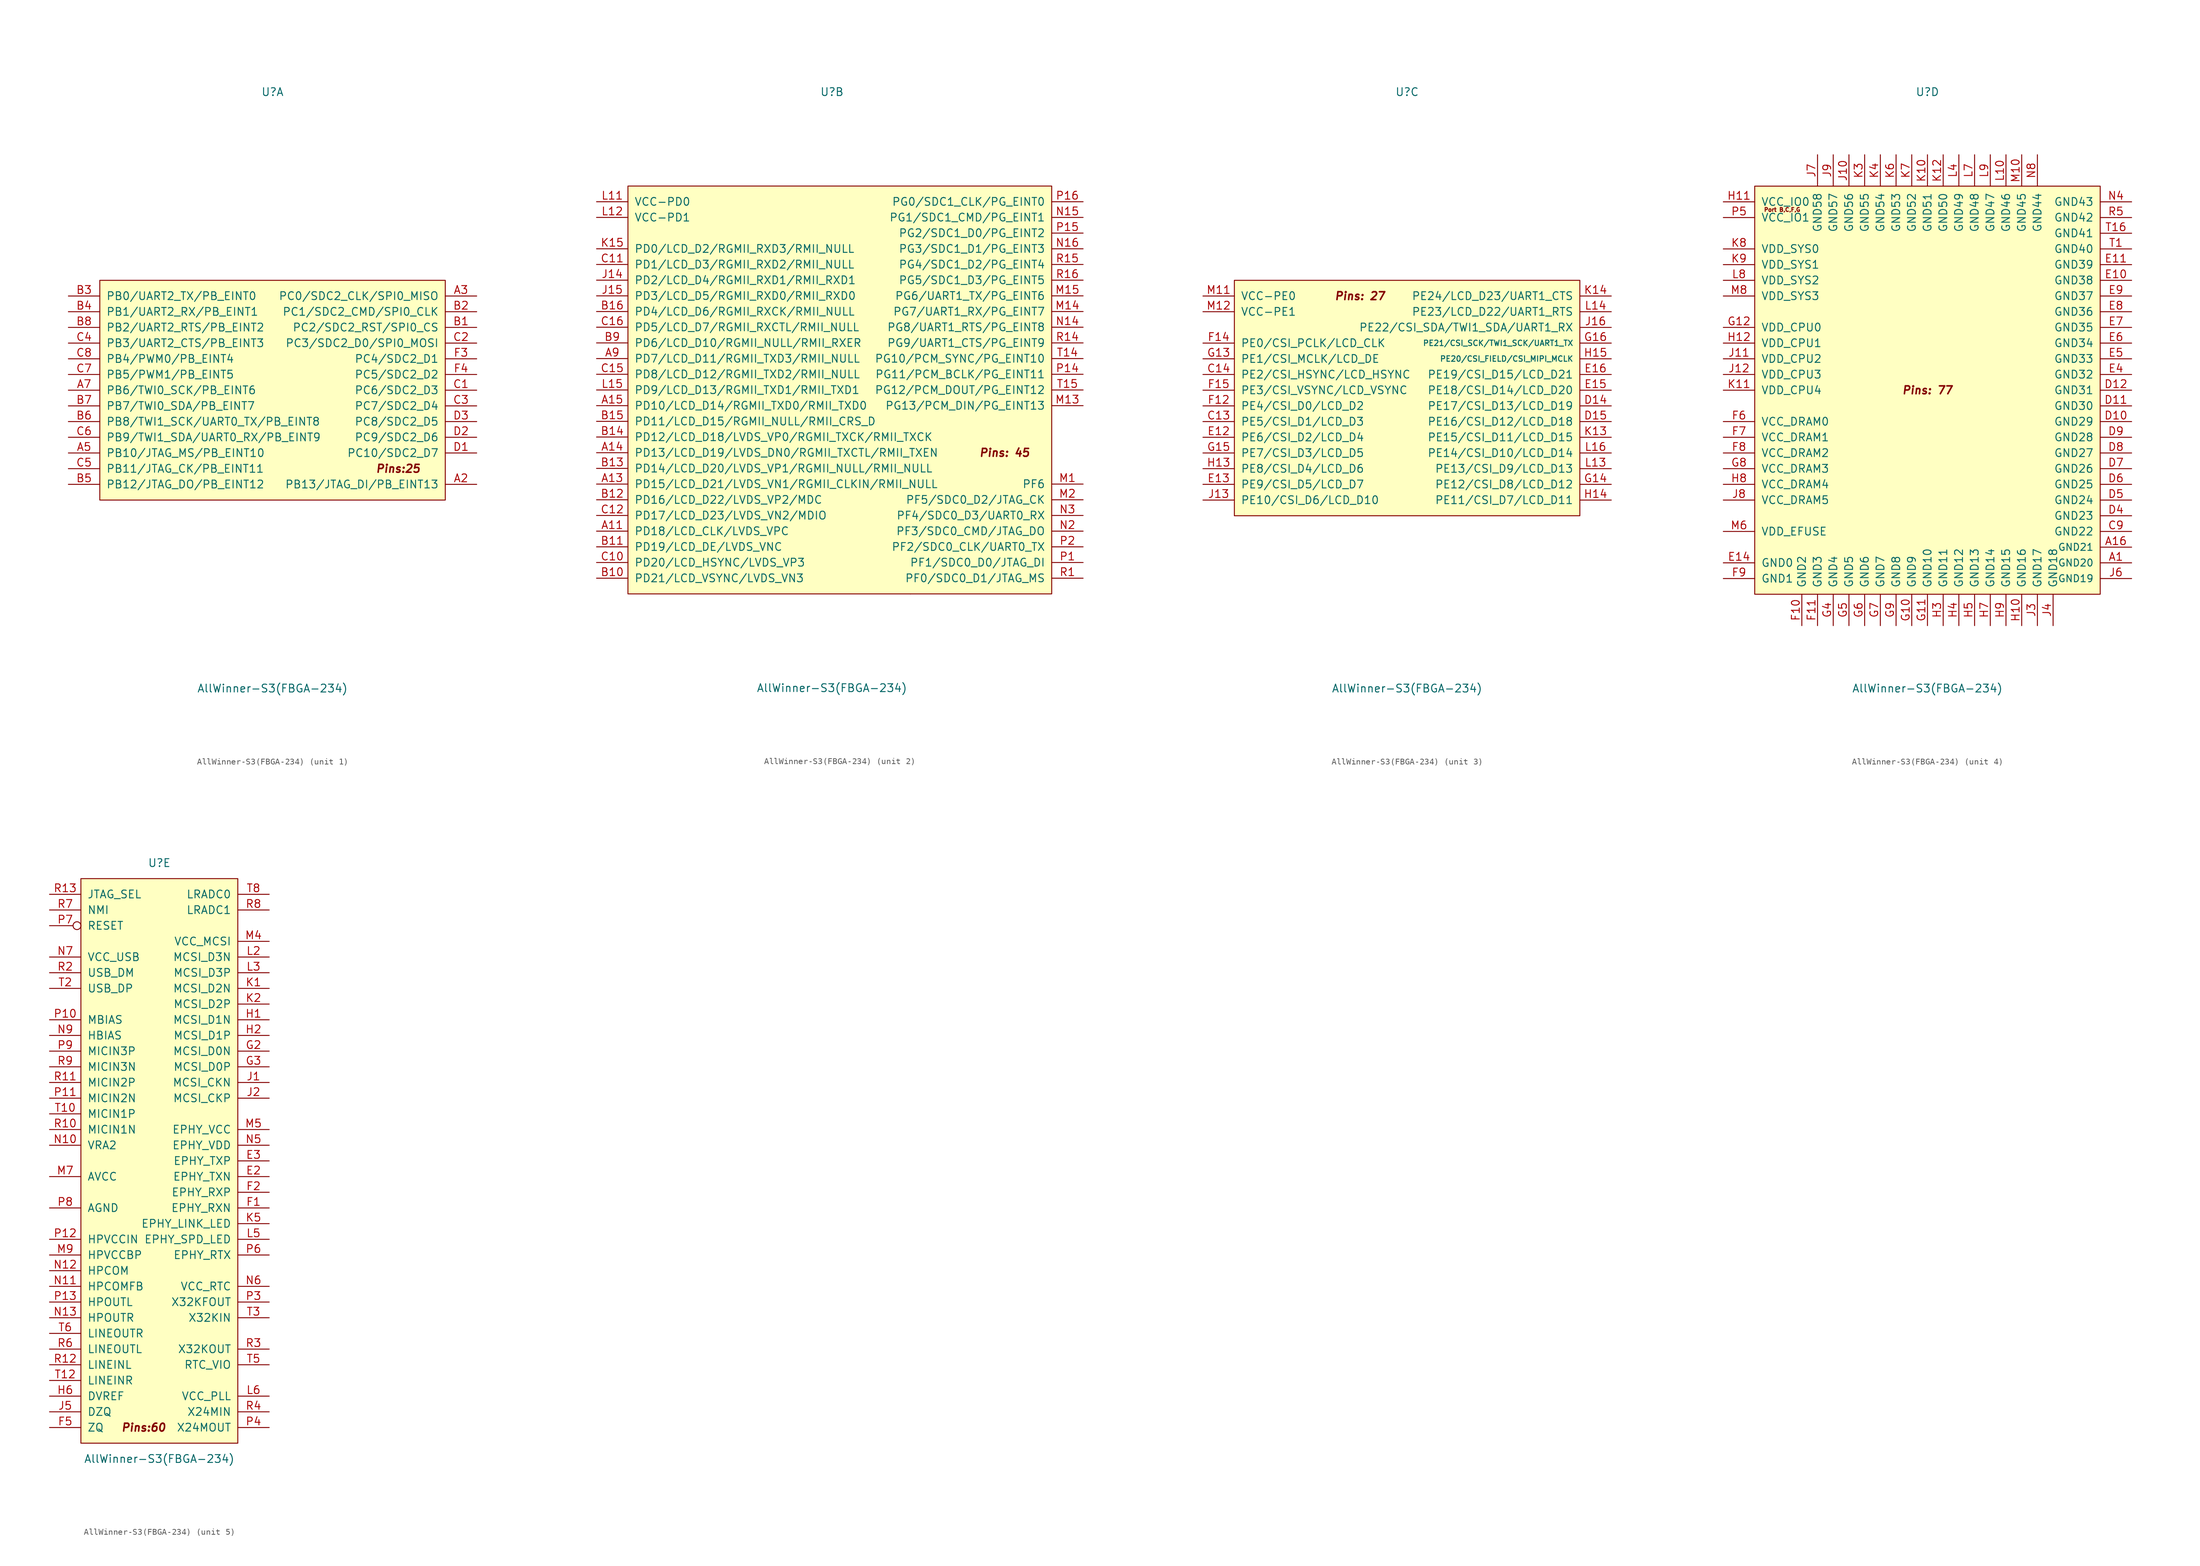
<source format=kicad_sym>
(kicad_symbol_lib
  (version 20231120)
  (generator "kicad_symbol_editor")
  (generator_version "8.0")
  (symbol "AllWinner-S3(FBGA-234)"
    (pin_names
      (offset 1.016))
    (property "Reference" "U"
      (at 0 48.26 0)
      (effects (font (size 1.27 1.27))))
    (property "Value" "AllWinner-S3(FBGA-234)"
      (at 0 -48.26 0)
      (effects (font (size 1.27 1.27))))
    (symbol "AllWinner-S3(FBGA-234)_1_0"
      (rectangle (start 27.94 17.78) (end -27.94 -17.78) (stroke (width 0) (type solid)) (fill (type background)))
      (text "Pins:25" (at 20.32 -12.7 0) (effects (font (size 1.27 1.27) (bold yes) (italic yes)))))
    (symbol "AllWinner-S3(FBGA-234)_1_1"
      (pin bidirectional line (at 33.02 -15.24 180) (length 5.08) (name "PB13/JTAG_DI/PB_EINT13" (effects (font (size 1.27 1.27)))) (number "A2" (effects (font (size 1.27 1.27)))))
      (pin bidirectional line (at 33.02 15.24 180) (length 5.08) (name "PC0/SDC2_CLK/SPI0_MISO" (effects (font (size 1.27 1.27)))) (number "A3" (effects (font (size 1.27 1.27)))))
      (pin bidirectional line (at -33.02 -10.16 0) (length 5.08) (name "PB10/JTAG_MS/PB_EINT10" (effects (font (size 1.27 1.27)))) (number "A5" (effects (font (size 1.27 1.27)))))
      (pin bidirectional line (at -33.02 0 0) (length 5.08) (name "PB6/TWI0_SCK/PB_EINT6" (effects (font (size 1.27 1.27)))) (number "A7" (effects (font (size 1.27 1.27)))))
      (pin bidirectional line (at 33.02 10.16 180) (length 5.08) (name "PC2/SDC2_RST/SPI0_CS" (effects (font (size 1.27 1.27)))) (number "B1" (effects (font (size 1.27 1.27)))))
      (pin bidirectional line (at 33.02 12.7 180) (length 5.08) (name "PC1/SDC2_CMD/SPI0_CLK" (effects (font (size 1.27 1.27)))) (number "B2" (effects (font (size 1.27 1.27)))))
      (pin bidirectional line (at -33.02 15.24 0) (length 5.08) (name "PB0/UART2_TX/PB_EINT0" (effects (font (size 1.27 1.27)))) (number "B3" (effects (font (size 1.27 1.27)))))
      (pin bidirectional line (at -33.02 12.7 0) (length 5.08) (name "PB1/UART2_RX/PB_EINT1" (effects (font (size 1.27 1.27)))) (number "B4" (effects (font (size 1.27 1.27)))))
      (pin bidirectional line (at -33.02 -15.24 0) (length 5.08) (name "PB12/JTAG_DO/PB_EINT12" (effects (font (size 1.27 1.27)))) (number "B5" (effects (font (size 1.27 1.27)))))
      (pin bidirectional line (at -33.02 -5.08 0) (length 5.08) (name "PB8/TWI1_SCK/UART0_TX/PB_EINT8" (effects (font (size 1.27 1.27)))) (number "B6" (effects (font (size 1.27 1.27)))))
      (pin bidirectional line (at -33.02 -2.54 0) (length 5.08) (name "PB7/TWI0_SDA/PB_EINT7" (effects (font (size 1.27 1.27)))) (number "B7" (effects (font (size 1.27 1.27)))))
      (pin bidirectional line (at -33.02 10.16 0) (length 5.08) (name "PB2/UART2_RTS/PB_EINT2" (effects (font (size 1.27 1.27)))) (number "B8" (effects (font (size 1.27 1.27)))))
      (pin bidirectional line (at 33.02 0 180) (length 5.08) (name "PC6/SDC2_D3" (effects (font (size 1.27 1.27)))) (number "C1" (effects (font (size 1.27 1.27)))))
      (pin bidirectional line (at 33.02 7.62 180) (length 5.08) (name "PC3/SDC2_D0/SPI0_MOSI" (effects (font (size 1.27 1.27)))) (number "C2" (effects (font (size 1.27 1.27)))))
      (pin bidirectional line (at 33.02 -2.54 180) (length 5.08) (name "PC7/SDC2_D4" (effects (font (size 1.27 1.27)))) (number "C3" (effects (font (size 1.27 1.27)))))
      (pin bidirectional line (at -33.02 7.62 0) (length 5.08) (name "PB3/UART2_CTS/PB_EINT3" (effects (font (size 1.27 1.27)))) (number "C4" (effects (font (size 1.27 1.27)))))
      (pin bidirectional line (at -33.02 -12.7 0) (length 5.08) (name "PB11/JTAG_CK/PB_EINT11" (effects (font (size 1.27 1.27)))) (number "C5" (effects (font (size 1.27 1.27)))))
      (pin bidirectional line (at -33.02 -7.62 0) (length 5.08) (name "PB9/TWI1_SDA/UART0_RX/PB_EINT9" (effects (font (size 1.27 1.27)))) (number "C6" (effects (font (size 1.27 1.27)))))
      (pin bidirectional line (at -33.02 2.54 0) (length 5.08) (name "PB5/PWM1/PB_EINT5" (effects (font (size 1.27 1.27)))) (number "C7" (effects (font (size 1.27 1.27)))))
      (pin bidirectional line (at -33.02 5.08 0) (length 5.08) (name "PB4/PWM0/PB_EINT4" (effects (font (size 1.27 1.27)))) (number "C8" (effects (font (size 1.27 1.27)))))
      (pin bidirectional line (at 33.02 -10.16 180) (length 5.08) (name "PC10/SDC2_D7" (effects (font (size 1.27 1.27)))) (number "D1" (effects (font (size 1.27 1.27)))))
      (pin bidirectional line (at 33.02 -7.62 180) (length 5.08) (name "PC9/SDC2_D6" (effects (font (size 1.27 1.27)))) (number "D2" (effects (font (size 1.27 1.27)))))
      (pin bidirectional line (at 33.02 -5.08 180) (length 5.08) (name "PC8/SDC2_D5" (effects (font (size 1.27 1.27)))) (number "D3" (effects (font (size 1.27 1.27)))))
      (pin bidirectional line (at 33.02 5.08 180) (length 5.08) (name "PC4/SDC2_D1" (effects (font (size 1.27 1.27)))) (number "F3" (effects (font (size 1.27 1.27)))))
      (pin bidirectional line (at 33.02 2.54 180) (length 5.08) (name "PC5/SDC2_D2" (effects (font (size 1.27 1.27)))) (number "F4" (effects (font (size 1.27 1.27))))))
    (symbol "AllWinner-S3(FBGA-234)_2_0"
      (rectangle (start -33.02 33.02) (end 35.56 -33.02) (stroke (width 0) (type solid)) (fill (type background)))
      (rectangle (start 12.7 -33.02) (end 12.7 -33.02) (stroke (width 0) (type solid)) (fill (type none)))
      (text "Pins: 45" (at 27.94 -10.16 0) (effects (font (size 1.27 1.27) (bold yes) (italic yes)))))
    (symbol "AllWinner-S3(FBGA-234)_2_1"
      (pin bidirectional line (at -38.1 -22.86 0) (length 5.08) (name "PD18/LCD_CLK/LVDS_VPC" (effects (font (size 1.27 1.27)))) (number "A11" (effects (font (size 1.27 1.27)))))
      (pin bidirectional line (at -38.1 -15.24 0) (length 5.08) (name "PD15/LCD_D21/LVDS_VN1/RGMII_CLKIN/RMII_NULL" (effects (font (size 1.27 1.27)))) (number "A13" (effects (font (size 1.27 1.27)))))
      (pin bidirectional line (at -38.1 -10.16 0) (length 5.08) (name "PD13/LCD_D19/LVDS_DN0/RGMII_TXCTL/RMII_TXEN" (effects (font (size 1.27 1.27)))) (number "A14" (effects (font (size 1.27 1.27)))))
      (pin bidirectional line (at -38.1 -2.54 0) (length 5.08) (name "PD10/LCD_D14/RGMII_TXD0/RMII_TXD0" (effects (font (size 1.27 1.27)))) (number "A15" (effects (font (size 1.27 1.27)))))
      (pin bidirectional line (at -38.1 5.08 0) (length 5.08) (name "PD7/LCD_D11/RGMII_TXD3/RMII_NULL" (effects (font (size 1.27 1.27)))) (number "A9" (effects (font (size 1.27 1.27)))))
      (pin bidirectional line (at -38.1 -30.48 0) (length 5.08) (name "PD21/LCD_VSYNC/LVDS_VN3" (effects (font (size 1.27 1.27)))) (number "B10" (effects (font (size 1.27 1.27)))))
      (pin bidirectional line (at -38.1 -25.4 0) (length 5.08) (name "PD19/LCD_DE/LVDS_VNC" (effects (font (size 1.27 1.27)))) (number "B11" (effects (font (size 1.27 1.27)))))
      (pin bidirectional line (at -38.1 -17.78 0) (length 5.08) (name "PD16/LCD_D22/LVDS_VP2/MDC" (effects (font (size 1.27 1.27)))) (number "B12" (effects (font (size 1.27 1.27)))))
      (pin bidirectional line (at -38.1 -12.7 0) (length 5.08) (name "PD14/LCD_D20/LVDS_VP1/RGMII_NULL/RMII_NULL" (effects (font (size 1.27 1.27)))) (number "B13" (effects (font (size 1.27 1.27)))))
      (pin bidirectional line (at -38.1 -7.62 0) (length 5.08) (name "PD12/LCD_D18/LVDS_VP0/RGMII_TXCK/RMII_TXCK" (effects (font (size 1.27 1.27)))) (number "B14" (effects (font (size 1.27 1.27)))))
      (pin bidirectional line (at -38.1 -5.08 0) (length 5.08) (name "PD11/LCD_D15/RGMII_NULL/RMII_CRS_D" (effects (font (size 1.27 1.27)))) (number "B15" (effects (font (size 1.27 1.27)))))
      (pin bidirectional line (at -38.1 12.7 0) (length 5.08) (name "PD4/LCD_D6/RGMII_RXCK/RMII_NULL" (effects (font (size 1.27 1.27)))) (number "B16" (effects (font (size 1.27 1.27)))))
      (pin bidirectional line (at -38.1 7.62 0) (length 5.08) (name "PD6/LCD_D10/RGMII_NULL/RMII_RXER" (effects (font (size 1.27 1.27)))) (number "B9" (effects (font (size 1.27 1.27)))))
      (pin bidirectional line (at -38.1 -27.94 0) (length 5.08) (name "PD20/LCD_HSYNC/LVDS_VP3" (effects (font (size 1.27 1.27)))) (number "C10" (effects (font (size 1.27 1.27)))))
      (pin bidirectional line (at -38.1 20.32 0) (length 5.08) (name "PD1/LCD_D3/RGMII_RXD2/RMII_NULL" (effects (font (size 1.27 1.27)))) (number "C11" (effects (font (size 1.27 1.27)))))
      (pin bidirectional line (at -38.1 -20.32 0) (length 5.08) (name "PD17/LCD_D23/LVDS_VN2/MDIO" (effects (font (size 1.27 1.27)))) (number "C12" (effects (font (size 1.27 1.27)))))
      (pin bidirectional line (at -38.1 2.54 0) (length 5.08) (name "PD8/LCD_D12/RGMII_TXD2/RMII_NULL" (effects (font (size 1.27 1.27)))) (number "C15" (effects (font (size 1.27 1.27)))))
      (pin bidirectional line (at -38.1 10.16 0) (length 5.08) (name "PD5/LCD_D7/RGMII_RXCTL/RMII_NULL" (effects (font (size 1.27 1.27)))) (number "C16" (effects (font (size 1.27 1.27)))))
      (pin bidirectional line (at -38.1 17.78 0) (length 5.08) (name "PD2/LCD_D4/RGMII_RXD1/RMII_RXD1" (effects (font (size 1.27 1.27)))) (number "J14" (effects (font (size 1.27 1.27)))))
      (pin bidirectional line (at -38.1 15.24 0) (length 5.08) (name "PD3/LCD_D5/RGMII_RXD0/RMII_RXD0" (effects (font (size 1.27 1.27)))) (number "J15" (effects (font (size 1.27 1.27)))))
      (pin bidirectional line (at -38.1 22.86 0) (length 5.08) (name "PD0/LCD_D2/RGMII_RXD3/RMII_NULL" (effects (font (size 1.27 1.27)))) (number "K15" (effects (font (size 1.27 1.27)))))
      (pin power_in line (at -38.1 30.48 0) (length 5.08) (name "VCC-PD0" (effects (font (size 1.27 1.27)))) (number "L11" (effects (font (size 1.27 1.27)))))
      (pin power_in line (at -38.1 27.94 0) (length 5.08) (name "VCC-PD1" (effects (font (size 1.27 1.27)))) (number "L12" (effects (font (size 1.27 1.27)))))
      (pin bidirectional line (at -38.1 0 0) (length 5.08) (name "PD9/LCD_D13/RGMII_TXD1/RMII_TXD1" (effects (font (size 1.27 1.27)))) (number "L15" (effects (font (size 1.27 1.27)))))
      (pin bidirectional line (at 40.64 -15.24 180) (length 5.08) (name "PF6" (effects (font (size 1.27 1.27)))) (number "M1" (effects (font (size 1.27 1.27)))))
      (pin bidirectional line (at 40.64 -2.54 180) (length 5.08) (name "PG13/PCM_DIN/PG_EINT13" (effects (font (size 1.27 1.27)))) (number "M13" (effects (font (size 1.27 1.27)))))
      (pin bidirectional line (at 40.64 12.7 180) (length 5.08) (name "PG7/UART1_RX/PG_EINT7" (effects (font (size 1.27 1.27)))) (number "M14" (effects (font (size 1.27 1.27)))))
      (pin bidirectional line (at 40.64 15.24 180) (length 5.08) (name "PG6/UART1_TX/PG_EINT6" (effects (font (size 1.27 1.27)))) (number "M15" (effects (font (size 1.27 1.27)))))
      (pin bidirectional line (at 40.64 -17.78 180) (length 5.08) (name "PF5/SDC0_D2/JTAG_CK" (effects (font (size 1.27 1.27)))) (number "M2" (effects (font (size 1.27 1.27)))))
      (pin bidirectional line (at 40.64 10.16 180) (length 5.08) (name "PG8/UART1_RTS/PG_EINT8" (effects (font (size 1.27 1.27)))) (number "N14" (effects (font (size 1.27 1.27)))))
      (pin bidirectional line (at 40.64 27.94 180) (length 5.08) (name "PG1/SDC1_CMD/PG_EINT1" (effects (font (size 1.27 1.27)))) (number "N15" (effects (font (size 1.27 1.27)))))
      (pin bidirectional line (at 40.64 22.86 180) (length 5.08) (name "PG3/SDC1_D1/PG_EINT3" (effects (font (size 1.27 1.27)))) (number "N16" (effects (font (size 1.27 1.27)))))
      (pin bidirectional line (at 40.64 -22.86 180) (length 5.08) (name "PF3/SDC0_CMD/JTAG_DO" (effects (font (size 1.27 1.27)))) (number "N2" (effects (font (size 1.27 1.27)))))
      (pin bidirectional line (at 40.64 -20.32 180) (length 5.08) (name "PF4/SDC0_D3/UART0_RX" (effects (font (size 1.27 1.27)))) (number "N3" (effects (font (size 1.27 1.27)))))
      (pin bidirectional line (at 40.64 -27.94 180) (length 5.08) (name "PF1/SDC0_D0/JTAG_DI" (effects (font (size 1.27 1.27)))) (number "P1" (effects (font (size 1.27 1.27)))))
      (pin bidirectional line (at 40.64 2.54 180) (length 5.08) (name "PG11/PCM_BCLK/PG_EINT11" (effects (font (size 1.27 1.27)))) (number "P14" (effects (font (size 1.27 1.27)))))
      (pin bidirectional line (at 40.64 25.4 180) (length 5.08) (name "PG2/SDC1_D0/PG_EINT2" (effects (font (size 1.27 1.27)))) (number "P15" (effects (font (size 1.27 1.27)))))
      (pin bidirectional line (at 40.64 30.48 180) (length 5.08) (name "PG0/SDC1_CLK/PG_EINT0" (effects (font (size 1.27 1.27)))) (number "P16" (effects (font (size 1.27 1.27)))))
      (pin bidirectional line (at 40.64 -25.4 180) (length 5.08) (name "PF2/SDC0_CLK/UART0_TX" (effects (font (size 1.27 1.27)))) (number "P2" (effects (font (size 1.27 1.27)))))
      (pin bidirectional line (at 40.64 -30.48 180) (length 5.08) (name "PF0/SDC0_D1/JTAG_MS" (effects (font (size 1.27 1.27)))) (number "R1" (effects (font (size 1.27 1.27)))))
      (pin bidirectional line (at 40.64 7.62 180) (length 5.08) (name "PG9/UART1_CTS/PG_EINT9" (effects (font (size 1.27 1.27)))) (number "R14" (effects (font (size 1.27 1.27)))))
      (pin bidirectional line (at 40.64 20.32 180) (length 5.08) (name "PG4/SDC1_D2/PG_EINT4" (effects (font (size 1.27 1.27)))) (number "R15" (effects (font (size 1.27 1.27)))))
      (pin bidirectional line (at 40.64 17.78 180) (length 5.08) (name "PG5/SDC1_D3/PG_EINT5" (effects (font (size 1.27 1.27)))) (number "R16" (effects (font (size 1.27 1.27)))))
      (pin bidirectional line (at 40.64 5.08 180) (length 5.08) (name "PG10/PCM_SYNC/PG_EINT10" (effects (font (size 1.27 1.27)))) (number "T14" (effects (font (size 1.27 1.27)))))
      (pin bidirectional line (at 40.64 0 180) (length 5.08) (name "PG12/PCM_DOUT/PG_EINT12" (effects (font (size 1.27 1.27)))) (number "T15" (effects (font (size 1.27 1.27))))))
    (symbol "AllWinner-S3(FBGA-234)_3_0"
      (rectangle (start -27.94 17.78) (end 27.94 -20.32) (stroke (width 0) (type solid)) (fill (type background)))
      (text "Pins: 27" (at -7.62 15.24 0) (effects (font (size 1.27 1.27) (bold yes) (italic yes)))))
    (symbol "AllWinner-S3(FBGA-234)_3_1"
      (pin bidirectional line (at -33.02 -5.08 0) (length 5.08) (name "PE5/CSI_D1/LCD_D3" (effects (font (size 1.27 1.27)))) (number "C13" (effects (font (size 1.27 1.27)))))
      (pin bidirectional line (at -33.02 2.54 0) (length 5.08) (name "PE2/CSI_HSYNC/LCD_HSYNC" (effects (font (size 1.27 1.27)))) (number "C14" (effects (font (size 1.27 1.27)))))
      (pin bidirectional line (at 33.02 -2.54 180) (length 5.08) (name "PE17/CSI_D13/LCD_D19" (effects (font (size 1.27 1.27)))) (number "D14" (effects (font (size 1.27 1.27)))))
      (pin bidirectional line (at 33.02 -5.08 180) (length 5.08) (name "PE16/CSI_D12/LCD_D18" (effects (font (size 1.27 1.27)))) (number "D15" (effects (font (size 1.27 1.27)))))
      (pin bidirectional line (at -33.02 -7.62 0) (length 5.08) (name "PE6/CSI_D2/LCD_D4" (effects (font (size 1.27 1.27)))) (number "E12" (effects (font (size 1.27 1.27)))))
      (pin bidirectional line (at -33.02 -15.24 0) (length 5.08) (name "PE9/CSI_D5/LCD_D7" (effects (font (size 1.27 1.27)))) (number "E13" (effects (font (size 1.27 1.27)))))
      (pin bidirectional line (at 33.02 0 180) (length 5.08) (name "PE18/CSI_D14/LCD_D20" (effects (font (size 1.27 1.27)))) (number "E15" (effects (font (size 1.27 1.27)))))
      (pin bidirectional line (at 33.02 2.54 180) (length 5.08) (name "PE19/CSI_D15/LCD_D21" (effects (font (size 1.27 1.27)))) (number "E16" (effects (font (size 1.27 1.27)))))
      (pin bidirectional line (at -33.02 -2.54 0) (length 5.08) (name "PE4/CSI_D0/LCD_D2" (effects (font (size 1.27 1.27)))) (number "F12" (effects (font (size 1.27 1.27)))))
      (pin bidirectional line (at -33.02 7.62 0) (length 5.08) (name "PE0/CSI_PCLK/LCD_CLK" (effects (font (size 1.27 1.27)))) (number "F14" (effects (font (size 1.27 1.27)))))
      (pin bidirectional line (at -33.02 0 0) (length 5.08) (name "PE3/CSI_VSYNC/LCD_VSYNC" (effects (font (size 1.27 1.27)))) (number "F15" (effects (font (size 1.27 1.27)))))
      (pin bidirectional line (at -33.02 5.08 0) (length 5.08) (name "PE1/CSI_MCLK/LCD_DE" (effects (font (size 1.27 1.27)))) (number "G13" (effects (font (size 1.27 1.27)))))
      (pin bidirectional line (at 33.02 -15.24 180) (length 5.08) (name "PE12/CSI_D8/LCD_D12" (effects (font (size 1.27 1.27)))) (number "G14" (effects (font (size 1.27 1.27)))))
      (pin bidirectional line (at -33.02 -10.16 0) (length 5.08) (name "PE7/CSI_D3/LCD_D5" (effects (font (size 1.27 1.27)))) (number "G15" (effects (font (size 1.27 1.27)))))
      (pin bidirectional line (at 33.02 7.62 180) (length 5.08) (name "PE21/CSI_SCK/TWI1_SCK/UART1_TX" (effects (font (size 0.889 0.889)))) (number "G16" (effects (font (size 1.27 1.27)))))
      (pin bidirectional line (at -33.02 -12.7 0) (length 5.08) (name "PE8/CSI_D4/LCD_D6" (effects (font (size 1.27 1.27)))) (number "H13" (effects (font (size 1.27 1.27)))))
      (pin bidirectional line (at 33.02 -17.78 180) (length 5.08) (name "PE11/CSI_D7/LCD_D11" (effects (font (size 1.27 1.27)))) (number "H14" (effects (font (size 1.27 1.27)))))
      (pin bidirectional line (at 33.02 5.08 180) (length 5.08) (name "PE20/CSI_FIELD/CSI_MIPI_MCLK" (effects (font (size 0.889 0.889)))) (number "H15" (effects (font (size 1.27 1.27)))))
      (pin bidirectional line (at -33.02 -17.78 0) (length 5.08) (name "PE10/CSI_D6/LCD_D10" (effects (font (size 1.27 1.27)))) (number "J13" (effects (font (size 1.27 1.27)))))
      (pin bidirectional line (at 33.02 10.16 180) (length 5.08) (name "PE22/CSI_SDA/TWI1_SDA/UART1_RX" (effects (font (size 1.27 1.27)))) (number "J16" (effects (font (size 1.27 1.27)))))
      (pin bidirectional line (at 33.02 -7.62 180) (length 5.08) (name "PE15/CSI_D11/LCD_D15" (effects (font (size 1.27 1.27)))) (number "K13" (effects (font (size 1.27 1.27)))))
      (pin bidirectional line (at 33.02 15.24 180) (length 5.08) (name "PE24/LCD_D23/UART1_CTS" (effects (font (size 1.27 1.27)))) (number "K14" (effects (font (size 1.27 1.27)))))
      (pin bidirectional line (at 33.02 -12.7 180) (length 5.08) (name "PE13/CSI_D9/LCD_D13" (effects (font (size 1.27 1.27)))) (number "L13" (effects (font (size 1.27 1.27)))))
      (pin bidirectional line (at 33.02 12.7 180) (length 5.08) (name "PE23/LCD_D22/UART1_RTS" (effects (font (size 1.27 1.27)))) (number "L14" (effects (font (size 1.27 1.27)))))
      (pin bidirectional line (at 33.02 -10.16 180) (length 5.08) (name "PE14/CSI_D10/LCD_D14" (effects (font (size 1.27 1.27)))) (number "L16" (effects (font (size 1.27 1.27)))))
      (pin power_in line (at -33.02 15.24 0) (length 5.08) (name "VCC-PE0" (effects (font (size 1.27 1.27)))) (number "M11" (effects (font (size 1.27 1.27)))))
      (pin power_in line (at -33.02 12.7 0) (length 5.08) (name "VCC-PE1" (effects (font (size 1.27 1.27)))) (number "M12" (effects (font (size 1.27 1.27))))))
    (symbol "AllWinner-S3(FBGA-234)_4_0"
      (rectangle (start -27.94 33.02) (end 27.94 -33.02) (stroke (width 0) (type solid)) (fill (type background)))
      (text "Pins: 77" (at 0 0 0) (effects (font (size 1.27 1.27) (bold yes) (italic yes))))
      (text "Port B,C,F,G" (at -23.495 29.21 0) (effects (font (size 0.635 0.635)))))
    (symbol "AllWinner-S3(FBGA-234)_4_1"
      (pin power_in line (at 33.02 -27.94 180) (length 5.08) (name "GND20" (effects (font (size 1.143 1.143)))) (number "A1" (effects (font (size 1.27 1.27)))))
      (pin power_in line (at 33.02 -25.4 180) (length 5.08) (name "GND21" (effects (font (size 1.143 1.143)))) (number "A16" (effects (font (size 1.27 1.27)))))
      (pin power_in line (at 33.02 -22.86 180) (length 5.08) (name "GND22" (effects (font (size 1.27 1.27)))) (number "C9" (effects (font (size 1.27 1.27)))))
      (pin power_in line (at 33.02 -5.08 180) (length 5.08) (name "GND29" (effects (font (size 1.27 1.27)))) (number "D10" (effects (font (size 1.27 1.27)))))
      (pin power_in line (at 33.02 -2.54 180) (length 5.08) (name "GND30" (effects (font (size 1.27 1.27)))) (number "D11" (effects (font (size 1.27 1.27)))))
      (pin power_in line (at 33.02 0 180) (length 5.08) (name "GND31" (effects (font (size 1.27 1.27)))) (number "D12" (effects (font (size 1.27 1.27)))))
      (pin power_in line (at 33.02 -20.32 180) (length 5.08) (name "GND23" (effects (font (size 1.27 1.27)))) (number "D4" (effects (font (size 1.27 1.27)))))
      (pin power_in line (at 33.02 -17.78 180) (length 5.08) (name "GND24" (effects (font (size 1.27 1.27)))) (number "D5" (effects (font (size 1.27 1.27)))))
      (pin power_in line (at 33.02 -15.24 180) (length 5.08) (name "GND25" (effects (font (size 1.27 1.27)))) (number "D6" (effects (font (size 1.27 1.27)))))
      (pin power_in line (at 33.02 -12.7 180) (length 5.08) (name "GND26" (effects (font (size 1.27 1.27)))) (number "D7" (effects (font (size 1.27 1.27)))))
      (pin power_in line (at 33.02 -10.16 180) (length 5.08) (name "GND27" (effects (font (size 1.27 1.27)))) (number "D8" (effects (font (size 1.27 1.27)))))
      (pin power_in line (at 33.02 -7.62 180) (length 5.08) (name "GND28" (effects (font (size 1.27 1.27)))) (number "D9" (effects (font (size 1.27 1.27)))))
      (pin power_in line (at 33.02 17.78 180) (length 5.08) (name "GND38" (effects (font (size 1.27 1.27)))) (number "E10" (effects (font (size 1.27 1.27)))))
      (pin power_in line (at 33.02 20.32 180) (length 5.08) (name "GND39" (effects (font (size 1.27 1.27)))) (number "E11" (effects (font (size 1.27 1.27)))))
      (pin power_in line (at -33.02 -27.94 0) (length 5.08) (name "GND0" (effects (font (size 1.27 1.27)))) (number "E14" (effects (font (size 1.27 1.27)))))
      (pin power_in line (at 33.02 2.54 180) (length 5.08) (name "GND32" (effects (font (size 1.27 1.27)))) (number "E4" (effects (font (size 1.27 1.27)))))
      (pin bidirectional line (at 33.02 5.08 180) (length 5.08) (name "GND33" (effects (font (size 1.27 1.27)))) (number "E5" (effects (font (size 1.27 1.27)))))
      (pin bidirectional line (at 33.02 7.62 180) (length 5.08) (name "GND34" (effects (font (size 1.27 1.27)))) (number "E6" (effects (font (size 1.27 1.27)))))
      (pin power_in line (at 33.02 10.16 180) (length 5.08) (name "GND35" (effects (font (size 1.27 1.27)))) (number "E7" (effects (font (size 1.27 1.27)))))
      (pin power_in line (at 33.02 12.7 180) (length 5.08) (name "GND36" (effects (font (size 1.27 1.27)))) (number "E8" (effects (font (size 1.27 1.27)))))
      (pin power_in line (at 33.02 15.24 180) (length 5.08) (name "GND37" (effects (font (size 1.27 1.27)))) (number "E9" (effects (font (size 1.27 1.27)))))
      (pin power_in line (at -20.32 -38.1 90) (length 5.08) (name "GND2" (effects (font (size 1.27 1.27)))) (number "F10" (effects (font (size 1.27 1.27)))))
      (pin power_in line (at -17.78 -38.1 90) (length 5.08) (name "GND3" (effects (font (size 1.27 1.27)))) (number "F11" (effects (font (size 1.27 1.27)))))
      (pin power_in line (at -33.02 -5.08 0) (length 5.08) (name "VCC_DRAM0" (effects (font (size 1.27 1.27)))) (number "F6" (effects (font (size 1.27 1.27)))))
      (pin power_in line (at -33.02 -7.62 0) (length 5.08) (name "VCC_DRAM1" (effects (font (size 1.27 1.27)))) (number "F7" (effects (font (size 1.27 1.27)))))
      (pin power_in line (at -33.02 -10.16 0) (length 5.08) (name "VCC_DRAM2" (effects (font (size 1.27 1.27)))) (number "F8" (effects (font (size 1.27 1.27)))))
      (pin power_in line (at -33.02 -30.48 0) (length 5.08) (name "GND1" (effects (font (size 1.27 1.27)))) (number "F9" (effects (font (size 1.27 1.27)))))
      (pin power_in line (at -2.54 -38.1 90) (length 5.08) (name "GND9" (effects (font (size 1.27 1.27)))) (number "G10" (effects (font (size 1.27 1.27)))))
      (pin power_in line (at 0 -38.1 90) (length 5.08) (name "GND10" (effects (font (size 1.27 1.27)))) (number "G11" (effects (font (size 1.27 1.27)))))
      (pin power_in line (at -33.02 10.16 0) (length 5.08) (name "VDD_CPU0" (effects (font (size 1.27 1.27)))) (number "G12" (effects (font (size 1.27 1.27)))))
      (pin power_in line (at -15.24 -38.1 90) (length 5.08) (name "GND4" (effects (font (size 1.27 1.27)))) (number "G4" (effects (font (size 1.27 1.27)))))
      (pin power_in line (at -12.7 -38.1 90) (length 5.08) (name "GND5" (effects (font (size 1.27 1.27)))) (number "G5" (effects (font (size 1.27 1.27)))))
      (pin power_in line (at -10.16 -38.1 90) (length 5.08) (name "GND6" (effects (font (size 1.27 1.27)))) (number "G6" (effects (font (size 1.27 1.27)))))
      (pin power_in line (at -7.62 -38.1 90) (length 5.08) (name "GND7" (effects (font (size 1.27 1.27)))) (number "G7" (effects (font (size 1.27 1.27)))))
      (pin power_in line (at -33.02 -12.7 0) (length 5.08) (name "VCC_DRAM3" (effects (font (size 1.27 1.27)))) (number "G8" (effects (font (size 1.27 1.27)))))
      (pin power_in line (at -5.08 -38.1 90) (length 5.08) (name "GND8" (effects (font (size 1.27 1.27)))) (number "G9" (effects (font (size 1.27 1.27)))))
      (pin power_in line (at 15.24 -38.1 90) (length 5.08) (name "GND16" (effects (font (size 1.27 1.27)))) (number "H10" (effects (font (size 1.27 1.27)))))
      (pin power_in line (at -33.02 30.48 0) (length 5.08) (name "VCC_IO0" (effects (font (size 1.27 1.27)))) (number "H11" (effects (font (size 1.27 1.27)))))
      (pin power_in line (at -33.02 7.62 0) (length 5.08) (name "VDD_CPU1" (effects (font (size 1.27 1.27)))) (number "H12" (effects (font (size 1.27 1.27)))))
      (pin power_in line (at 2.54 -38.1 90) (length 5.08) (name "GND11" (effects (font (size 1.27 1.27)))) (number "H3" (effects (font (size 1.27 1.27)))))
      (pin power_in line (at 5.08 -38.1 90) (length 5.08) (name "GND12" (effects (font (size 1.27 1.27)))) (number "H4" (effects (font (size 1.27 1.27)))))
      (pin power_in line (at 7.62 -38.1 90) (length 5.08) (name "GND13" (effects (font (size 1.27 1.27)))) (number "H5" (effects (font (size 1.27 1.27)))))
      (pin power_in line (at 10.16 -38.1 90) (length 5.08) (name "GND14" (effects (font (size 1.27 1.27)))) (number "H7" (effects (font (size 1.27 1.27)))))
      (pin power_in line (at -33.02 -15.24 0) (length 5.08) (name "VCC_DRAM4" (effects (font (size 1.27 1.27)))) (number "H8" (effects (font (size 1.27 1.27)))))
      (pin power_in line (at 12.7 -38.1 90) (length 5.08) (name "GND15" (effects (font (size 1.27 1.27)))) (number "H9" (effects (font (size 1.27 1.27)))))
      (pin power_in line (at -12.7 38.1 270) (length 5.08) (name "GND56" (effects (font (size 1.27 1.27)))) (number "J10" (effects (font (size 1.27 1.27)))))
      (pin power_in line (at -33.02 5.08 0) (length 5.08) (name "VDD_CPU2" (effects (font (size 1.27 1.27)))) (number "J11" (effects (font (size 1.27 1.27)))))
      (pin power_in line (at -33.02 2.54 0) (length 5.08) (name "VDD_CPU3" (effects (font (size 1.27 1.27)))) (number "J12" (effects (font (size 1.27 1.27)))))
      (pin power_in line (at 17.78 -38.1 90) (length 5.08) (name "GND17" (effects (font (size 1.27 1.27)))) (number "J3" (effects (font (size 1.27 1.27)))))
      (pin power_in line (at 20.32 -38.1 90) (length 5.08) (name "GND18" (effects (font (size 1.27 1.27)))) (number "J4" (effects (font (size 1.27 1.27)))))
      (pin power_in line (at 33.02 -30.48 180) (length 5.08) (name "GND19" (effects (font (size 1.143 1.143)))) (number "J6" (effects (font (size 1.27 1.27)))))
      (pin power_in line (at -17.78 38.1 270) (length 5.08) (name "GND58" (effects (font (size 1.27 1.27)))) (number "J7" (effects (font (size 1.27 1.27)))))
      (pin power_in line (at -33.02 -17.78 0) (length 5.08) (name "VCC_DRAM5" (effects (font (size 1.27 1.27)))) (number "J8" (effects (font (size 1.27 1.27)))))
      (pin power_in line (at -15.24 38.1 270) (length 5.08) (name "GND57" (effects (font (size 1.27 1.27)))) (number "J9" (effects (font (size 1.27 1.27)))))
      (pin power_in line (at 0 38.1 270) (length 5.08) (name "GND51" (effects (font (size 1.27 1.27)))) (number "K10" (effects (font (size 1.27 1.27)))))
      (pin power_in line (at -33.02 0 0) (length 5.08) (name "VDD_CPU4" (effects (font (size 1.27 1.27)))) (number "K11" (effects (font (size 1.27 1.27)))))
      (pin power_in line (at 2.54 38.1 270) (length 5.08) (name "GND50" (effects (font (size 1.27 1.27)))) (number "K12" (effects (font (size 1.27 1.27)))))
      (pin power_in line (at -10.16 38.1 270) (length 5.08) (name "GND55" (effects (font (size 1.27 1.27)))) (number "K3" (effects (font (size 1.27 1.27)))))
      (pin power_in line (at -7.62 38.1 270) (length 5.08) (name "GND54" (effects (font (size 1.27 1.27)))) (number "K4" (effects (font (size 1.27 1.27)))))
      (pin power_in line (at -5.08 38.1 270) (length 5.08) (name "GND53" (effects (font (size 1.27 1.27)))) (number "K6" (effects (font (size 1.27 1.27)))))
      (pin power_in line (at -2.54 38.1 270) (length 5.08) (name "GND52" (effects (font (size 1.27 1.27)))) (number "K7" (effects (font (size 1.27 1.27)))))
      (pin power_in line (at -33.02 22.86 0) (length 5.08) (name "VDD_SYS0" (effects (font (size 1.27 1.27)))) (number "K8" (effects (font (size 1.27 1.27)))))
      (pin power_in line (at -33.02 20.32 0) (length 5.08) (name "VDD_SYS1" (effects (font (size 1.27 1.27)))) (number "K9" (effects (font (size 1.27 1.27)))))
      (pin power_in line (at 12.7 38.1 270) (length 5.08) (name "GND46" (effects (font (size 1.27 1.27)))) (number "L10" (effects (font (size 1.27 1.27)))))
      (pin power_in line (at 5.08 38.1 270) (length 5.08) (name "GND49" (effects (font (size 1.27 1.27)))) (number "L4" (effects (font (size 1.27 1.27)))))
      (pin power_in line (at 7.62 38.1 270) (length 5.08) (name "GND48" (effects (font (size 1.27 1.27)))) (number "L7" (effects (font (size 1.27 1.27)))))
      (pin power_in line (at -33.02 17.78 0) (length 5.08) (name "VDD_SYS2" (effects (font (size 1.27 1.27)))) (number "L8" (effects (font (size 1.27 1.27)))))
      (pin power_in line (at 10.16 38.1 270) (length 5.08) (name "GND47" (effects (font (size 1.27 1.27)))) (number "L9" (effects (font (size 1.27 1.27)))))
      (pin power_in line (at 15.24 38.1 270) (length 5.08) (name "GND45" (effects (font (size 1.27 1.27)))) (number "M10" (effects (font (size 1.27 1.27)))))
      (pin power_in line (at -33.02 -22.86 0) (length 5.08) (name "VDD_EFUSE" (effects (font (size 1.27 1.27)))) (number "M6" (effects (font (size 1.27 1.27)))))
      (pin power_in line (at -33.02 15.24 0) (length 5.08) (name "VDD_SYS3" (effects (font (size 1.27 1.27)))) (number "M8" (effects (font (size 1.27 1.27)))))
      (pin power_in line (at 33.02 30.48 180) (length 5.08) (name "GND43" (effects (font (size 1.27 1.27)))) (number "N4" (effects (font (size 1.27 1.27)))))
      (pin power_in line (at 17.78 38.1 270) (length 5.08) (name "GND44" (effects (font (size 1.27 1.27)))) (number "N8" (effects (font (size 1.27 1.27)))))
      (pin power_in line (at -33.02 27.94 0) (length 5.08) (name "VCC_IO1" (effects (font (size 1.27 1.27)))) (number "P5" (effects (font (size 1.27 1.27)))))
      (pin power_in line (at 33.02 27.94 180) (length 5.08) (name "GND42" (effects (font (size 1.27 1.27)))) (number "R5" (effects (font (size 1.27 1.27)))))
      (pin power_in line (at 33.02 22.86 180) (length 5.08) (name "GND40" (effects (font (size 1.27 1.27)))) (number "T1" (effects (font (size 1.27 1.27)))))
      (pin power_in line (at 33.02 25.4 180) (length 5.08) (name "GND41" (effects (font (size 1.27 1.27)))) (number "T16" (effects (font (size 1.27 1.27))))))
    (symbol "AllWinner-S3(FBGA-234)_5_0"
      (rectangle (start -12.7 -45.72) (end 12.7 45.72) (stroke (width 0) (type solid)) (fill (type background)))
      (text "Pins:60" (at -2.54 -43.18 0) (effects (font (size 1.27 1.27) (bold yes) (italic yes)))))
    (symbol "AllWinner-S3(FBGA-234)_5_1"
      (pin bidirectional line (at 17.78 -2.54 180) (length 5.08) (name "EPHY_TXN" (effects (font (size 1.27 1.27)))) (number "E2" (effects (font (size 1.27 1.27)))))
      (pin bidirectional line (at 17.78 0 180) (length 5.08) (name "EPHY_TXP" (effects (font (size 1.27 1.27)))) (number "E3" (effects (font (size 1.27 1.27)))))
      (pin bidirectional line (at 17.78 -7.62 180) (length 5.08) (name "EPHY_RXN" (effects (font (size 1.27 1.27)))) (number "F1" (effects (font (size 1.27 1.27)))))
      (pin bidirectional line (at 17.78 -5.08 180) (length 5.08) (name "EPHY_RXP" (effects (font (size 1.27 1.27)))) (number "F2" (effects (font (size 1.27 1.27)))))
      (pin input line (at -17.78 -43.18 0) (length 5.08) (name "ZQ" (effects (font (size 1.27 1.27)))) (number "F5" (effects (font (size 1.27 1.27)))))
      (pin bidirectional line (at 17.78 17.78 180) (length 5.08) (name "MCSI_D0N" (effects (font (size 1.27 1.27)))) (number "G2" (effects (font (size 1.27 1.27)))))
      (pin bidirectional line (at 17.78 15.24 180) (length 5.08) (name "MCSI_D0P" (effects (font (size 1.27 1.27)))) (number "G3" (effects (font (size 1.27 1.27)))))
      (pin bidirectional line (at 17.78 22.86 180) (length 5.08) (name "MCSI_D1N" (effects (font (size 1.27 1.27)))) (number "H1" (effects (font (size 1.27 1.27)))))
      (pin bidirectional line (at 17.78 20.32 180) (length 5.08) (name "MCSI_D1P" (effects (font (size 1.27 1.27)))) (number "H2" (effects (font (size 1.27 1.27)))))
      (pin input line (at -17.78 -38.1 0) (length 5.08) (name "DVREF" (effects (font (size 1.27 1.27)))) (number "H6" (effects (font (size 1.27 1.27)))))
      (pin bidirectional line (at 17.78 12.7 180) (length 5.08) (name "MCSI_CKN" (effects (font (size 1.27 1.27)))) (number "J1" (effects (font (size 1.27 1.27)))))
      (pin bidirectional line (at 17.78 10.16 180) (length 5.08) (name "MCSI_CKP" (effects (font (size 1.27 1.27)))) (number "J2" (effects (font (size 1.27 1.27)))))
      (pin input line (at -17.78 -40.64 0) (length 5.08) (name "DZQ" (effects (font (size 1.27 1.27)))) (number "J5" (effects (font (size 1.27 1.27)))))
      (pin bidirectional line (at 17.78 27.94 180) (length 5.08) (name "MCSI_D2N" (effects (font (size 1.27 1.27)))) (number "K1" (effects (font (size 1.27 1.27)))))
      (pin bidirectional line (at 17.78 25.4 180) (length 5.08) (name "MCSI_D2P" (effects (font (size 1.27 1.27)))) (number "K2" (effects (font (size 1.27 1.27)))))
      (pin bidirectional line (at 17.78 -10.16 180) (length 5.08) (name "EPHY_LINK_LED" (effects (font (size 1.27 1.27)))) (number "K5" (effects (font (size 1.27 1.27)))))
      (pin bidirectional line (at 17.78 33.02 180) (length 5.08) (name "MCSI_D3N" (effects (font (size 1.27 1.27)))) (number "L2" (effects (font (size 1.27 1.27)))))
      (pin bidirectional line (at 17.78 30.48 180) (length 5.08) (name "MCSI_D3P" (effects (font (size 1.27 1.27)))) (number "L3" (effects (font (size 1.27 1.27)))))
      (pin bidirectional line (at 17.78 -12.7 180) (length 5.08) (name "EPHY_SPD_LED" (effects (font (size 1.27 1.27)))) (number "L5" (effects (font (size 1.27 1.27)))))
      (pin power_in line (at 17.78 -38.1 180) (length 5.08) (name "VCC_PLL" (effects (font (size 1.27 1.27)))) (number "L6" (effects (font (size 1.27 1.27)))))
      (pin power_in line (at 17.78 35.56 180) (length 5.08) (name "VCC_MCSI" (effects (font (size 1.27 1.27)))) (number "M4" (effects (font (size 1.27 1.27)))))
      (pin power_in line (at 17.78 5.08 180) (length 5.08) (name "EPHY_VCC" (effects (font (size 1.27 1.27)))) (number "M5" (effects (font (size 1.27 1.27)))))
      (pin power_in line (at -17.78 -2.54 0) (length 5.08) (name "AVCC" (effects (font (size 1.27 1.27)))) (number "M7" (effects (font (size 1.27 1.27)))))
      (pin input line (at -17.78 -15.24 0) (length 5.08) (name "HPVCCBP" (effects (font (size 1.27 1.27)))) (number "M9" (effects (font (size 1.27 1.27)))))
      (pin input line (at -17.78 2.54 0) (length 5.08) (name "VRA2" (effects (font (size 1.27 1.27)))) (number "N10" (effects (font (size 1.27 1.27)))))
      (pin input line (at -17.78 -20.32 0) (length 5.08) (name "HPCOMFB" (effects (font (size 1.27 1.27)))) (number "N11" (effects (font (size 1.27 1.27)))))
      (pin bidirectional line (at -17.78 -17.78 0) (length 5.08) (name "HPCOM" (effects (font (size 1.27 1.27)))) (number "N12" (effects (font (size 1.27 1.27)))))
      (pin bidirectional line (at -17.78 -25.4 0) (length 5.08) (name "HPOUTR" (effects (font (size 1.27 1.27)))) (number "N13" (effects (font (size 1.27 1.27)))))
      (pin power_in line (at 17.78 2.54 180) (length 5.08) (name "EPHY_VDD" (effects (font (size 1.27 1.27)))) (number "N5" (effects (font (size 1.27 1.27)))))
      (pin power_in line (at 17.78 -20.32 180) (length 5.08) (name "VCC_RTC" (effects (font (size 1.27 1.27)))) (number "N6" (effects (font (size 1.27 1.27)))))
      (pin power_in line (at -17.78 33.02 0) (length 5.08) (name "VCC_USB" (effects (font (size 1.27 1.27)))) (number "N7" (effects (font (size 1.27 1.27)))))
      (pin input line (at -17.78 20.32 0) (length 5.08) (name "HBIAS" (effects (font (size 1.27 1.27)))) (number "N9" (effects (font (size 1.27 1.27)))))
      (pin input line (at -17.78 22.86 0) (length 5.08) (name "MBIAS" (effects (font (size 1.27 1.27)))) (number "P10" (effects (font (size 1.27 1.27)))))
      (pin bidirectional line (at -17.78 10.16 0) (length 5.08) (name "MICIN2N" (effects (font (size 1.27 1.27)))) (number "P11" (effects (font (size 1.27 1.27)))))
      (pin power_in line (at -17.78 -12.7 0) (length 5.08) (name "HPVCCIN" (effects (font (size 1.27 1.27)))) (number "P12" (effects (font (size 1.27 1.27)))))
      (pin bidirectional line (at -17.78 -22.86 0) (length 5.08) (name "HPOUTL" (effects (font (size 1.27 1.27)))) (number "P13" (effects (font (size 1.27 1.27)))))
      (pin output line (at 17.78 -22.86 180) (length 5.08) (name "X32KFOUT" (effects (font (size 1.27 1.27)))) (number "P3" (effects (font (size 1.27 1.27)))))
      (pin output line (at 17.78 -43.18 180) (length 5.08) (name "X24MOUT" (effects (font (size 1.27 1.27)))) (number "P4" (effects (font (size 1.27 1.27)))))
      (pin bidirectional line (at 17.78 -15.24 180) (length 5.08) (name "EPHY_RTX" (effects (font (size 1.27 1.27)))) (number "P6" (effects (font (size 1.27 1.27)))))
      (pin input inverted (at -17.78 38.1 0) (length 5.08) (name "RESET" (effects (font (size 1.27 1.27)))) (number "P7" (effects (font (size 1.27 1.27)))))
      (pin power_in line (at -17.78 -7.62 0) (length 5.08) (name "AGND" (effects (font (size 1.27 1.27)))) (number "P8" (effects (font (size 1.27 1.27)))))
      (pin bidirectional line (at -17.78 17.78 0) (length 5.08) (name "MICIN3P" (effects (font (size 1.27 1.27)))) (number "P9" (effects (font (size 1.27 1.27)))))
      (pin bidirectional line (at -17.78 5.08 0) (length 5.08) (name "MICIN1N" (effects (font (size 1.27 1.27)))) (number "R10" (effects (font (size 1.27 1.27)))))
      (pin bidirectional line (at -17.78 12.7 0) (length 5.08) (name "MICIN2P" (effects (font (size 1.27 1.27)))) (number "R11" (effects (font (size 1.27 1.27)))))
      (pin bidirectional line (at -17.78 -33.02 0) (length 5.08) (name "LINEINL" (effects (font (size 1.27 1.27)))) (number "R12" (effects (font (size 1.27 1.27)))))
      (pin input line (at -17.78 43.18 0) (length 5.08) (name "JTAG_SEL" (effects (font (size 1.27 1.27)))) (number "R13" (effects (font (size 1.27 1.27)))))
      (pin bidirectional line (at -17.78 30.48 0) (length 5.08) (name "USB_DM" (effects (font (size 1.27 1.27)))) (number "R2" (effects (font (size 1.27 1.27)))))
      (pin output line (at 17.78 -30.48 180) (length 5.08) (name "X32KOUT" (effects (font (size 1.27 1.27)))) (number "R3" (effects (font (size 1.27 1.27)))))
      (pin input line (at 17.78 -40.64 180) (length 5.08) (name "X24MIN" (effects (font (size 1.27 1.27)))) (number "R4" (effects (font (size 1.27 1.27)))))
      (pin bidirectional line (at -17.78 -30.48 0) (length 5.08) (name "LINEOUTL" (effects (font (size 1.27 1.27)))) (number "R6" (effects (font (size 1.27 1.27)))))
      (pin input line (at -17.78 40.64 0) (length 5.08) (name "NMI" (effects (font (size 1.27 1.27)))) (number "R7" (effects (font (size 1.27 1.27)))))
      (pin input line (at 17.78 40.64 180) (length 5.08) (name "LRADC1" (effects (font (size 1.27 1.27)))) (number "R8" (effects (font (size 1.27 1.27)))))
      (pin bidirectional line (at -17.78 15.24 0) (length 5.08) (name "MICIN3N" (effects (font (size 1.27 1.27)))) (number "R9" (effects (font (size 1.27 1.27)))))
      (pin bidirectional line (at -17.78 7.62 0) (length 5.08) (name "MICIN1P" (effects (font (size 1.27 1.27)))) (number "T10" (effects (font (size 1.27 1.27)))))
      (pin bidirectional line (at -17.78 -35.56 0) (length 5.08) (name "LINEINR" (effects (font (size 1.27 1.27)))) (number "T12" (effects (font (size 1.27 1.27)))))
      (pin bidirectional line (at -17.78 27.94 0) (length 5.08) (name "USB_DP" (effects (font (size 1.27 1.27)))) (number "T2" (effects (font (size 1.27 1.27)))))
      (pin input line (at 17.78 -25.4 180) (length 5.08) (name "X32KIN" (effects (font (size 1.27 1.27)))) (number "T3" (effects (font (size 1.27 1.27)))))
      (pin power_out line (at 17.78 -33.02 180) (length 5.08) (name "RTC_VIO" (effects (font (size 1.27 1.27)))) (number "T5" (effects (font (size 1.27 1.27)))))
      (pin bidirectional line (at -17.78 -27.94 0) (length 5.08) (name "LINEOUTR" (effects (font (size 1.27 1.27)))) (number "T6" (effects (font (size 1.27 1.27)))))
      (pin input line (at 17.78 43.18 180) (length 5.08) (name "LRADC0" (effects (font (size 1.27 1.27)))) (number "T8" (effects (font (size 1.27 1.27))))))))
</source>
